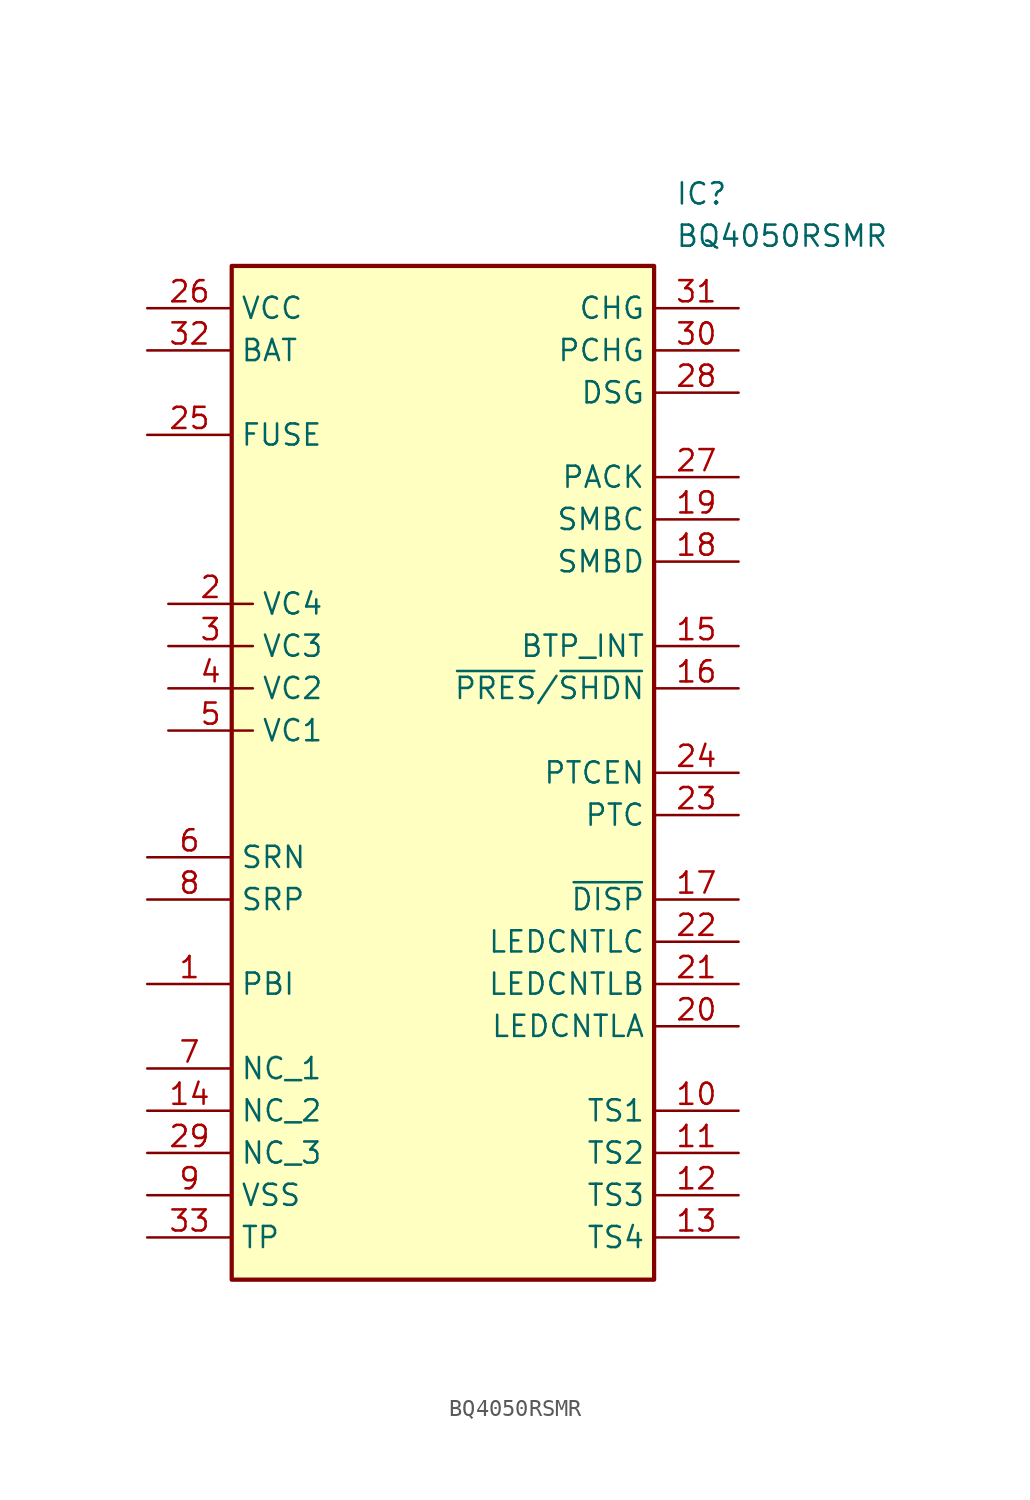
<source format=kicad_sym>
(kicad_symbol_lib
  (version 20241209)
  (generator "kicad_symbol_editor")
  (generator_version "9.0")
  (symbol "BQ4050RSMR"
    (property "Reference" "IC"
      (at 13.97 35.56 0)
      (effects (font (size 1.27 1.27)) (justify left top)))
    (property "Value" "BQ4050RSMR"
      (at 13.97 33.02 0)
      (effects (font (size 1.27 1.27)) (justify left top)))
    (symbol "BQ4050RSMR_1_1"
      (rectangle (start -12.7 30.48) (end 12.7 -30.48) (stroke (width 0.254) (type default)) (fill (type background)))
      (pin passive line (at -17.78 27.94 0) (length 5.08) (name "VCC" (effects (font (size 1.27 1.27)))) (number "26" (effects (font (size 1.27 1.27)))))
      (pin passive line (at -17.78 25.4 0) (length 5.08) (name "BAT" (effects (font (size 1.27 1.27)))) (number "32" (effects (font (size 1.27 1.27)))))
      (pin passive line (at -17.78 20.32 0) (length 5.08) (name "FUSE" (effects (font (size 1.27 1.27)))) (number "25" (effects (font (size 1.27 1.27)))))
      (pin passive line (at -17.78 -5.08 0) (length 5.08) (name "SRN" (effects (font (size 1.27 1.27)))) (number "6" (effects (font (size 1.27 1.27)))))
      (pin passive line (at -17.78 -7.62 0) (length 5.08) (name "SRP" (effects (font (size 1.27 1.27)))) (number "8" (effects (font (size 1.27 1.27)))))
      (pin passive line (at -17.78 -12.7 0) (length 5.08) (name "PBI" (effects (font (size 1.27 1.27)))) (number "1" (effects (font (size 1.27 1.27)))))
      (pin passive line (at -17.78 -17.78 0) (length 5.08) (name "NC_1" (effects (font (size 1.27 1.27)))) (number "7" (effects (font (size 1.27 1.27)))))
      (pin passive line (at -17.78 -20.32 0) (length 5.08) (name "NC_2" (effects (font (size 1.27 1.27)))) (number "14" (effects (font (size 1.27 1.27)))))
      (pin passive line (at -17.78 -22.86 0) (length 5.08) (name "NC_3" (effects (font (size 1.27 1.27)))) (number "29" (effects (font (size 1.27 1.27)))))
      (pin passive line (at -17.78 -25.4 0) (length 5.08) (name "VSS" (effects (font (size 1.27 1.27)))) (number "9" (effects (font (size 1.27 1.27)))))
      (pin passive line (at -17.78 -27.94 0) (length 5.08) (name "TP" (effects (font (size 1.27 1.27)))) (number "33" (effects (font (size 1.27 1.27)))))
      (pin passive line (at -16.51 10.16 0) (length 5.08) (name "VC4" (effects (font (size 1.27 1.27)))) (number "2" (effects (font (size 1.27 1.27)))))
      (pin passive line (at -16.51 7.62 0) (length 5.08) (name "VC3" (effects (font (size 1.27 1.27)))) (number "3" (effects (font (size 1.27 1.27)))))
      (pin passive line (at -16.51 5.08 0) (length 5.08) (name "VC2" (effects (font (size 1.27 1.27)))) (number "4" (effects (font (size 1.27 1.27)))))
      (pin passive line (at -16.51 2.54 0) (length 5.08) (name "VC1" (effects (font (size 1.27 1.27)))) (number "5" (effects (font (size 1.27 1.27)))))
      (pin passive line (at 17.78 27.94 180) (length 5.08) (name "CHG" (effects (font (size 1.27 1.27)))) (number "31" (effects (font (size 1.27 1.27)))))
      (pin passive line (at 17.78 25.4 180) (length 5.08) (name "PCHG" (effects (font (size 1.27 1.27)))) (number "30" (effects (font (size 1.27 1.27)))))
      (pin passive line (at 17.78 22.86 180) (length 5.08) (name "DSG" (effects (font (size 1.27 1.27)))) (number "28" (effects (font (size 1.27 1.27)))))
      (pin passive line (at 17.78 17.78 180) (length 5.08) (name "PACK" (effects (font (size 1.27 1.27)))) (number "27" (effects (font (size 1.27 1.27)))))
      (pin passive line (at 17.78 15.24 180) (length 5.08) (name "SMBC" (effects (font (size 1.27 1.27)))) (number "19" (effects (font (size 1.27 1.27)))))
      (pin passive line (at 17.78 12.7 180) (length 5.08) (name "SMBD" (effects (font (size 1.27 1.27)))) (number "18" (effects (font (size 1.27 1.27)))))
      (pin passive line (at 17.78 7.62 180) (length 5.08) (name "BTP_INT" (effects (font (size 1.27 1.27)))) (number "15" (effects (font (size 1.27 1.27)))))
      (pin passive line (at 17.78 5.08 180) (length 5.08) (name "~{PRES}/~{SHDN}" (effects (font (size 1.27 1.27)))) (number "16" (effects (font (size 1.27 1.27)))))
      (pin passive line (at 17.78 0 180) (length 5.08) (name "PTCEN" (effects (font (size 1.27 1.27)))) (number "24" (effects (font (size 1.27 1.27)))))
      (pin passive line (at 17.78 -2.54 180) (length 5.08) (name "PTC" (effects (font (size 1.27 1.27)))) (number "23" (effects (font (size 1.27 1.27)))))
      (pin passive line (at 17.78 -7.62 180) (length 5.08) (name "~{DISP}" (effects (font (size 1.27 1.27)))) (number "17" (effects (font (size 1.27 1.27)))))
      (pin passive line (at 17.78 -10.16 180) (length 5.08) (name "LEDCNTLC" (effects (font (size 1.27 1.27)))) (number "22" (effects (font (size 1.27 1.27)))))
      (pin passive line (at 17.78 -12.7 180) (length 5.08) (name "LEDCNTLB" (effects (font (size 1.27 1.27)))) (number "21" (effects (font (size 1.27 1.27)))))
      (pin passive line (at 17.78 -15.24 180) (length 5.08) (name "LEDCNTLA" (effects (font (size 1.27 1.27)))) (number "20" (effects (font (size 1.27 1.27)))))
      (pin passive line (at 17.78 -20.32 180) (length 5.08) (name "TS1" (effects (font (size 1.27 1.27)))) (number "10" (effects (font (size 1.27 1.27)))))
      (pin passive line (at 17.78 -22.86 180) (length 5.08) (name "TS2" (effects (font (size 1.27 1.27)))) (number "11" (effects (font (size 1.27 1.27)))))
      (pin passive line (at 17.78 -25.4 180) (length 5.08) (name "TS3" (effects (font (size 1.27 1.27)))) (number "12" (effects (font (size 1.27 1.27)))))
      (pin passive line (at 17.78 -27.94 180) (length 5.08) (name "TS4" (effects (font (size 1.27 1.27)))) (number "13" (effects (font (size 1.27 1.27))))))))
</source>
